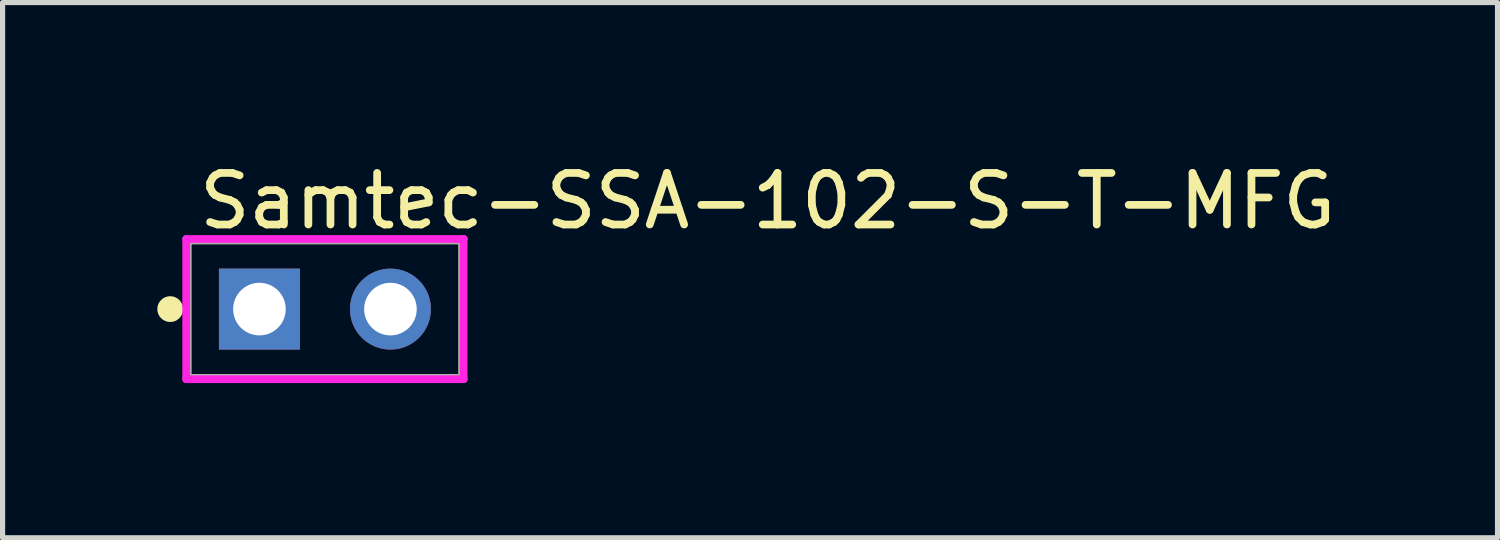
<source format=kicad_pcb>
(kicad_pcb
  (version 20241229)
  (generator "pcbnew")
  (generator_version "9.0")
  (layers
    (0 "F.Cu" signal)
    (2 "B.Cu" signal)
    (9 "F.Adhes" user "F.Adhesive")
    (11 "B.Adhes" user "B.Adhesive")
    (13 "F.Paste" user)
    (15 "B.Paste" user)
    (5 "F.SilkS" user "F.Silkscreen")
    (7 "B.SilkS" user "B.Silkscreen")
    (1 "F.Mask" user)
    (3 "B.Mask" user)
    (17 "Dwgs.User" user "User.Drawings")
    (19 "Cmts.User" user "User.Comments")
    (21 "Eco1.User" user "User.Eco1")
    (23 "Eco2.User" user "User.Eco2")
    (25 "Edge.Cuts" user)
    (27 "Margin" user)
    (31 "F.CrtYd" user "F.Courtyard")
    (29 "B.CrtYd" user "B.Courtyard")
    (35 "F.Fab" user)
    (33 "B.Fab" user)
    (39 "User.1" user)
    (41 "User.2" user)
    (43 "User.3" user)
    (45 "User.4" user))
  (footprint "Samtec-SSA-102-S-T-MFG"
    (layer "F.Cu")
    (at 3.25 2.943)
    (property "Reference" "Samtec-SSA-102-S-T-MFG" (at -2.515 -2.095 0) (layer "F.SilkS") (effects (font (size 1 1) (thickness 0.15)) (justify left)))
    (attr through_hole)
    (fp_line (start -2.665 -1.333) (end 2.665 -1.333) (stroke (width 0.15) (type solid)) (layer "F.SilkS"))
    (fp_line (start -2.665 1.333) (end -2.665 -1.333) (stroke (width 0.15) (type solid)) (layer "F.SilkS"))
    (fp_line (start -2.665 1.333) (end 2.665 1.333) (stroke (width 0.15) (type solid)) (layer "F.SilkS"))
    (fp_line (start 2.665 1.333) (end 2.665 -1.333) (stroke (width 0.15) (type solid)) (layer "F.SilkS"))
    (fp_circle (center -3 0) (end -2.875 0) (stroke (width 0.25) (type solid)) (fill no) (layer "F.SilkS"))
    (fp_line (start -2.69 -1.359) (end -2.69 1.359) (stroke (width 0.15) (type solid)) (layer "F.CrtYd"))
    (fp_line (start -2.69 1.359) (end 2.69 1.359) (stroke (width 0.15) (type solid)) (layer "F.CrtYd"))
    (fp_line (start 2.69 -1.359) (end -2.69 -1.359) (stroke (width 0.15) (type solid)) (layer "F.CrtYd"))
    (fp_line (start 2.69 -1.359) (end 2.69 -1.359) (stroke (width 0.15) (type solid)) (layer "F.CrtYd"))
    (fp_line (start 2.69 1.359) (end 2.69 -1.359) (stroke (width 0.15) (type solid)) (layer "F.CrtYd"))
    (fp_line (start -2.665 -1.333) (end 2.665 -1.333) (stroke (width 0.15) (type solid)) (layer "F.Fab"))
    (fp_line (start -2.665 1.333) (end -2.665 -1.333) (stroke (width 0.15) (type solid)) (layer "F.Fab"))
    (fp_line (start 2.665 -1.333) (end 2.665 1.333) (stroke (width 0.15) (type solid)) (layer "F.Fab"))
    (fp_line (start 2.665 1.333) (end -2.665 1.333) (stroke (width 0.15) (type solid)) (layer "F.Fab"))
    (pad "1" thru_hole rect (at -1.27 0) (size 1.57 1.57) (drill 1.02) (layers "*.Cu"))
    (pad "2" thru_hole circle (at 1.27 0) (size 1.57 1.57) (drill 1.02) (layers "*.Cu")))
  (gr_rect
    (start -3 -3)
    (end 25.985 7.377)
    (stroke (width 0.1) (type default))
    (fill no)
    (layer "Edge.Cuts")))
</source>
